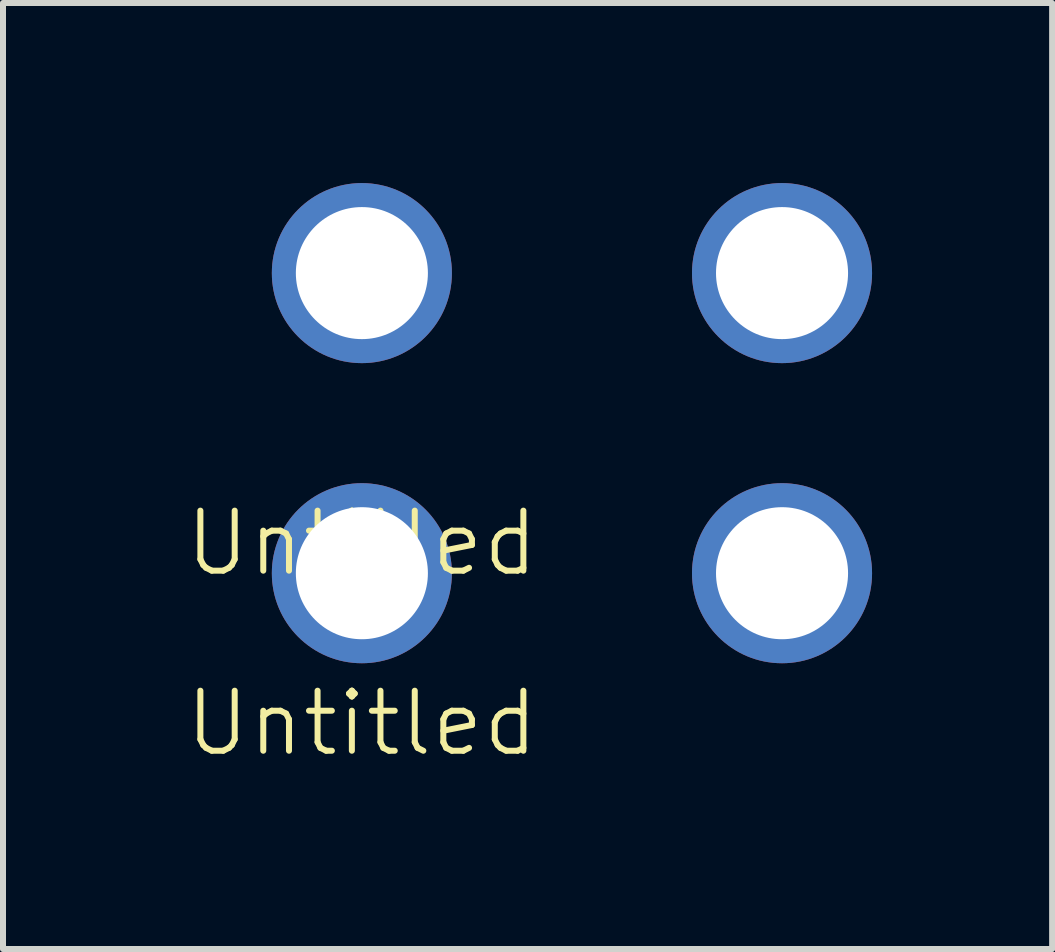
<source format=kicad_pcb>
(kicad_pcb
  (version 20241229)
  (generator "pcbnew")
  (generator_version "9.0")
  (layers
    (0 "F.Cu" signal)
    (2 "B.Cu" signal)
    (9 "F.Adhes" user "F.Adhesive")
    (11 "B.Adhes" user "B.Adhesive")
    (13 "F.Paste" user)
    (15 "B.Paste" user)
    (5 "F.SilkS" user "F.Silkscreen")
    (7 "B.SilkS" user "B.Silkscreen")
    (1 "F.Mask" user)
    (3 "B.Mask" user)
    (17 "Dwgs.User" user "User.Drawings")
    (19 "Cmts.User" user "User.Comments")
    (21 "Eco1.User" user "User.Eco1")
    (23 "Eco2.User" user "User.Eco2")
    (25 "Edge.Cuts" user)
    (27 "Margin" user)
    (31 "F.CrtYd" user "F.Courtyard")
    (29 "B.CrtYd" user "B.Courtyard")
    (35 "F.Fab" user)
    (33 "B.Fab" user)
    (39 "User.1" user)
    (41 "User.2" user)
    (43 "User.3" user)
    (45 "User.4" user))
  (footprint "Untitled"
    (layer "F.Cu")
    (at 2.979 6.5)
    (property "Reference" "Untitled" (at 0 -0.5 0) (unlocked yes) (layer "F.SilkS") (effects (font (size 1 1) (thickness 0.1))))
    (attr smd)
    (fp_text user "${REFERENCE}" (at 0 2.5 0) (unlocked yes) (layer "F.SilkS") (effects (font (size 1 1) (thickness 0.1))))
    (pad "1" thru_hole circle (at 0 -5) (size 3 3) (drill 2.2) (layers "*.Cu" "*.Mask"))
    (pad "1" thru_hole circle (at 0 0) (size 3 3) (drill 2.2) (layers "*.Cu" "*.Mask"))
    (pad "1" thru_hole circle (at 7 -5) (size 3 3) (drill 2.2) (layers "*.Cu" "*.Mask"))
    (pad "1" thru_hole circle (at 7 0) (size 3 3) (drill 2.2) (layers "*.Cu" "*.Mask")))
  (gr_rect
    (start -3 -3)
    (end 14.479 12.761)
    (stroke (width 0.1) (type default))
    (fill no)
    (layer "Edge.Cuts")))
</source>
